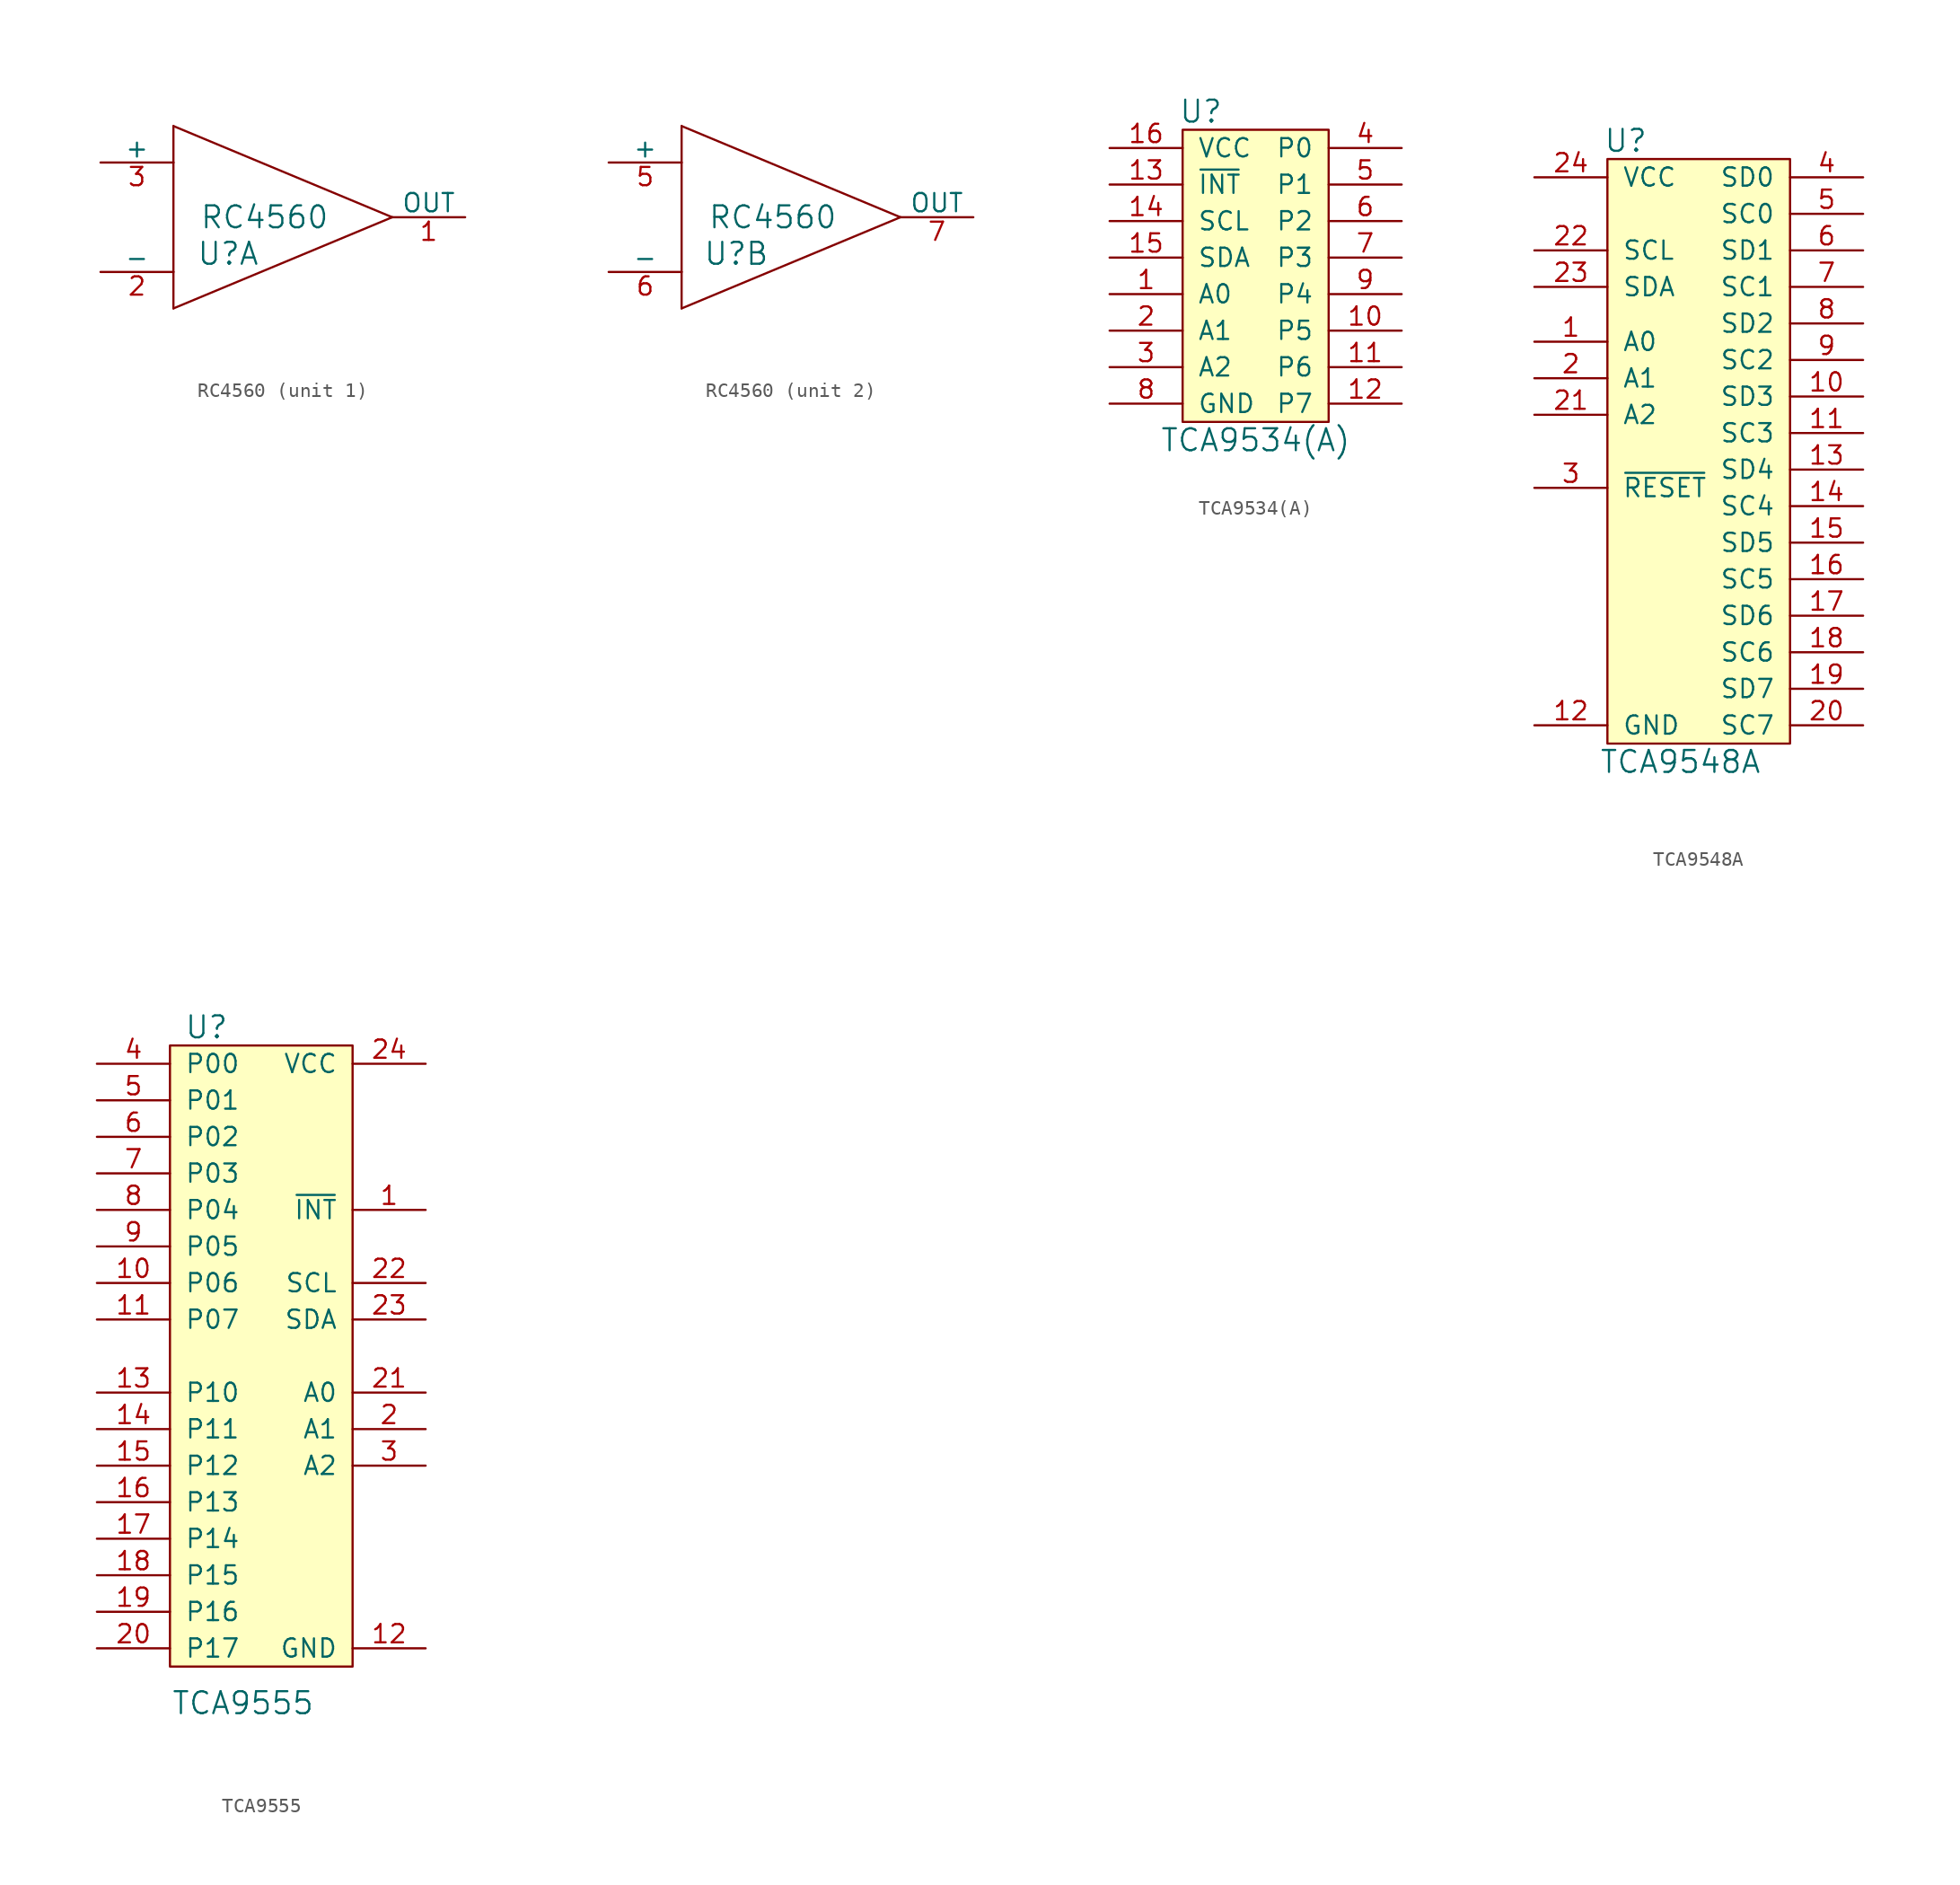
<source format=kicad_sym>
(kicad_symbol_lib
  (version 20241209)
  (generator "kicad_symbol_editor")
  (generator_version "9.0")
  (symbol "RC4560"
    (pin_names
      (offset 0))
    (property "Reference" "U"
      (at -1.27 -2.54 0)
      (effects (font (size 1.524 1.524))))
    (property "Value" "RC4560"
      (at 1.27 0 0)
      (effects (font (size 1.524 1.524))))
    (property "Footprint" ""
      (at 1.27 0 0)
      (effects (font (size 1.524 1.524))))
    (symbol "RC4560_0_1"
      (polyline (pts (xy -5.08 3.81) (xy -5.08 6.35)) (stroke (width 0) (type solid)) (fill (type none)))
      (polyline (pts (xy -5.08 -3.81) (xy -5.08 3.81)) (stroke (width 0) (type solid)) (fill (type none)))
      (polyline (pts (xy -5.08 -3.81) (xy -5.08 -6.35)) (stroke (width 0) (type solid)) (fill (type none)))
      (polyline (pts (xy -5.08 -6.35) (xy 10.16 0)) (stroke (width 0) (type solid)) (fill (type none)))
      (polyline (pts (xy 10.16 0) (xy -5.08 6.35)) (stroke (width 0) (type solid)) (fill (type none)))
      (pin power_in line (at 1.27 8.89 270) (length 5.08) (hide yes) (name "VCC" (effects (font (size 1.27 1.27)))) (number "8" (effects (font (size 1.27 1.27)))))
      (pin power_in line (at 1.27 -8.89 90) (length 5.08) (hide yes) (name "VEE" (effects (font (size 1.27 1.27)))) (number "4" (effects (font (size 1.27 1.27))))))
    (symbol "RC4560_1_1"
      (pin input line (at -10.16 3.81 0) (length 5.08) (name "+" (effects (font (size 1.27 1.27)))) (number "3" (effects (font (size 1.27 1.27)))))
      (pin input line (at -10.16 -3.81 0) (length 5.08) (name "-" (effects (font (size 1.27 1.27)))) (number "2" (effects (font (size 1.27 1.27)))))
      (pin input line (at 15.24 0 180) (length 5.08) (name "OUT" (effects (font (size 1.27 1.27)))) (number "1" (effects (font (size 1.27 1.27))))))
    (symbol "RC4560_2_1"
      (pin input line (at -10.16 3.81 0) (length 5.08) (name "+" (effects (font (size 1.27 1.27)))) (number "5" (effects (font (size 1.27 1.27)))))
      (pin input line (at -10.16 -3.81 0) (length 5.08) (name "-" (effects (font (size 1.27 1.27)))) (number "6" (effects (font (size 1.27 1.27)))))
      (pin input line (at 15.24 0 180) (length 5.08) (name "OUT" (effects (font (size 1.27 1.27)))) (number "7" (effects (font (size 1.27 1.27)))))))
  (symbol "TCA9534(A)"
    (pin_names
      (offset 1.016))
    (property "Reference" "U"
      (at -3.81 11.43 0)
      (effects (font (size 1.524 1.524))))
    (property "Value" "TCA9534(A)"
      (at 0 -11.43 0)
      (effects (font (size 1.524 1.524))))
    (symbol "TCA9534(A)_0_1"
      (rectangle (start 5.08 10.16) (end -5.08 -10.16) (stroke (width 0) (type solid)) (fill (type background))))
    (symbol "TCA9534(A)_1_1"
      (pin power_in line (at -10.16 8.89 0) (length 5.08) (name "VCC" (effects (font (size 1.27 1.27)))) (number "16" (effects (font (size 1.27 1.27)))))
      (pin input line (at -10.16 6.35 0) (length 5.08) (name "~{INT}" (effects (font (size 1.27 1.27)))) (number "13" (effects (font (size 1.27 1.27)))))
      (pin bidirectional line (at -10.16 3.81 0) (length 5.08) (name "SCL" (effects (font (size 1.27 1.27)))) (number "14" (effects (font (size 1.27 1.27)))))
      (pin bidirectional line (at -10.16 1.27 0) (length 5.08) (name "SDA" (effects (font (size 1.27 1.27)))) (number "15" (effects (font (size 1.27 1.27)))))
      (pin input line (at -10.16 -1.27 0) (length 5.08) (name "A0" (effects (font (size 1.27 1.27)))) (number "1" (effects (font (size 1.27 1.27)))))
      (pin input line (at -10.16 -3.81 0) (length 5.08) (name "A1" (effects (font (size 1.27 1.27)))) (number "2" (effects (font (size 1.27 1.27)))))
      (pin input line (at -10.16 -6.35 0) (length 5.08) (name "A2" (effects (font (size 1.27 1.27)))) (number "3" (effects (font (size 1.27 1.27)))))
      (pin power_in line (at -10.16 -8.89 0) (length 5.08) (name "GND" (effects (font (size 1.27 1.27)))) (number "8" (effects (font (size 1.27 1.27)))))
      (pin bidirectional line (at 10.16 8.89 180) (length 5.08) (name "P0" (effects (font (size 1.27 1.27)))) (number "4" (effects (font (size 1.27 1.27)))))
      (pin bidirectional line (at 10.16 6.35 180) (length 5.08) (name "P1" (effects (font (size 1.27 1.27)))) (number "5" (effects (font (size 1.27 1.27)))))
      (pin bidirectional line (at 10.16 3.81 180) (length 5.08) (name "P2" (effects (font (size 1.27 1.27)))) (number "6" (effects (font (size 1.27 1.27)))))
      (pin bidirectional line (at 10.16 1.27 180) (length 5.08) (name "P3" (effects (font (size 1.27 1.27)))) (number "7" (effects (font (size 1.27 1.27)))))
      (pin bidirectional line (at 10.16 -1.27 180) (length 5.08) (name "P4" (effects (font (size 1.27 1.27)))) (number "9" (effects (font (size 1.27 1.27)))))
      (pin bidirectional line (at 10.16 -3.81 180) (length 5.08) (name "P5" (effects (font (size 1.27 1.27)))) (number "10" (effects (font (size 1.27 1.27)))))
      (pin bidirectional line (at 10.16 -6.35 180) (length 5.08) (name "P6" (effects (font (size 1.27 1.27)))) (number "11" (effects (font (size 1.27 1.27)))))
      (pin bidirectional line (at 10.16 -8.89 180) (length 5.08) (name "P7" (effects (font (size 1.27 1.27)))) (number "12" (effects (font (size 1.27 1.27)))))))
  (symbol "TCA9548A"
    (pin_names
      (offset 1.016))
    (property "Reference" "U"
      (at -5.08 21.59 0)
      (effects (font (size 1.524 1.524))))
    (property "Value" "TCA9548A"
      (at -1.27 -21.59 0)
      (effects (font (size 1.524 1.524))))
    (symbol "TCA9548A_0_1"
      (rectangle (start -6.35 20.32) (end 6.35 -20.32) (stroke (width 0) (type solid)) (fill (type background))))
    (symbol "TCA9548A_1_1"
      (pin power_in line (at -11.43 19.05 0) (length 5.08) (name "VCC" (effects (font (size 1.27 1.27)))) (number "24" (effects (font (size 1.27 1.27)))))
      (pin bidirectional line (at -11.43 13.97 0) (length 5.08) (name "SCL" (effects (font (size 1.27 1.27)))) (number "22" (effects (font (size 1.27 1.27)))))
      (pin bidirectional line (at -11.43 11.43 0) (length 5.08) (name "SDA" (effects (font (size 1.27 1.27)))) (number "23" (effects (font (size 1.27 1.27)))))
      (pin input line (at -11.43 7.62 0) (length 5.08) (name "A0" (effects (font (size 1.27 1.27)))) (number "1" (effects (font (size 1.27 1.27)))))
      (pin input line (at -11.43 5.08 0) (length 5.08) (name "A1" (effects (font (size 1.27 1.27)))) (number "2" (effects (font (size 1.27 1.27)))))
      (pin input line (at -11.43 2.54 0) (length 5.08) (name "A2" (effects (font (size 1.27 1.27)))) (number "21" (effects (font (size 1.27 1.27)))))
      (pin input line (at -11.43 -2.54 0) (length 5.08) (name "~{RESET}" (effects (font (size 1.27 1.27)))) (number "3" (effects (font (size 1.27 1.27)))))
      (pin power_in line (at -11.43 -19.05 0) (length 5.08) (name "GND" (effects (font (size 1.27 1.27)))) (number "12" (effects (font (size 1.27 1.27)))))
      (pin bidirectional line (at 11.43 19.05 180) (length 5.08) (name "SD0" (effects (font (size 1.27 1.27)))) (number "4" (effects (font (size 1.27 1.27)))))
      (pin bidirectional line (at 11.43 16.51 180) (length 5.08) (name "SC0" (effects (font (size 1.27 1.27)))) (number "5" (effects (font (size 1.27 1.27)))))
      (pin bidirectional line (at 11.43 13.97 180) (length 5.08) (name "SD1" (effects (font (size 1.27 1.27)))) (number "6" (effects (font (size 1.27 1.27)))))
      (pin bidirectional line (at 11.43 11.43 180) (length 5.08) (name "SC1" (effects (font (size 1.27 1.27)))) (number "7" (effects (font (size 1.27 1.27)))))
      (pin bidirectional line (at 11.43 8.89 180) (length 5.08) (name "SD2" (effects (font (size 1.27 1.27)))) (number "8" (effects (font (size 1.27 1.27)))))
      (pin bidirectional line (at 11.43 6.35 180) (length 5.08) (name "SC2" (effects (font (size 1.27 1.27)))) (number "9" (effects (font (size 1.27 1.27)))))
      (pin bidirectional line (at 11.43 3.81 180) (length 5.08) (name "SD3" (effects (font (size 1.27 1.27)))) (number "10" (effects (font (size 1.27 1.27)))))
      (pin bidirectional line (at 11.43 1.27 180) (length 5.08) (name "SC3" (effects (font (size 1.27 1.27)))) (number "11" (effects (font (size 1.27 1.27)))))
      (pin bidirectional line (at 11.43 -1.27 180) (length 5.08) (name "SD4" (effects (font (size 1.27 1.27)))) (number "13" (effects (font (size 1.27 1.27)))))
      (pin bidirectional line (at 11.43 -3.81 180) (length 5.08) (name "SC4" (effects (font (size 1.27 1.27)))) (number "14" (effects (font (size 1.27 1.27)))))
      (pin bidirectional line (at 11.43 -6.35 180) (length 5.08) (name "SD5" (effects (font (size 1.27 1.27)))) (number "15" (effects (font (size 1.27 1.27)))))
      (pin bidirectional line (at 11.43 -8.89 180) (length 5.08) (name "SC5" (effects (font (size 1.27 1.27)))) (number "16" (effects (font (size 1.27 1.27)))))
      (pin bidirectional line (at 11.43 -11.43 180) (length 5.08) (name "SD6" (effects (font (size 1.27 1.27)))) (number "17" (effects (font (size 1.27 1.27)))))
      (pin bidirectional line (at 11.43 -13.97 180) (length 5.08) (name "SC6" (effects (font (size 1.27 1.27)))) (number "18" (effects (font (size 1.27 1.27)))))
      (pin bidirectional line (at 11.43 -16.51 180) (length 5.08) (name "SD7" (effects (font (size 1.27 1.27)))) (number "19" (effects (font (size 1.27 1.27)))))
      (pin bidirectional line (at 11.43 -19.05 180) (length 5.08) (name "SC7" (effects (font (size 1.27 1.27)))) (number "20" (effects (font (size 1.27 1.27)))))))
  (symbol "TCA9555"
    (pin_names
      (offset 1.016))
    (property "Reference" "U"
      (at -3.81 22.86 0)
      (effects (font (size 1.524 1.524))))
    (property "Value" "TCA9555"
      (at -1.27 -24.13 0)
      (effects (font (size 1.524 1.524))))
    (symbol "TCA9555_0_1"
      (rectangle (start -6.35 21.59) (end 6.35 -21.59) (stroke (width 0) (type solid)) (fill (type background))))
    (symbol "TCA9555_1_1"
      (pin bidirectional line (at -11.43 20.32 0) (length 5.08) (name "P00" (effects (font (size 1.27 1.27)))) (number "4" (effects (font (size 1.27 1.27)))))
      (pin bidirectional line (at -11.43 17.78 0) (length 5.08) (name "P01" (effects (font (size 1.27 1.27)))) (number "5" (effects (font (size 1.27 1.27)))))
      (pin bidirectional line (at -11.43 15.24 0) (length 5.08) (name "P02" (effects (font (size 1.27 1.27)))) (number "6" (effects (font (size 1.27 1.27)))))
      (pin bidirectional line (at -11.43 12.7 0) (length 5.08) (name "P03" (effects (font (size 1.27 1.27)))) (number "7" (effects (font (size 1.27 1.27)))))
      (pin bidirectional line (at -11.43 10.16 0) (length 5.08) (name "P04" (effects (font (size 1.27 1.27)))) (number "8" (effects (font (size 1.27 1.27)))))
      (pin bidirectional line (at -11.43 7.62 0) (length 5.08) (name "P05" (effects (font (size 1.27 1.27)))) (number "9" (effects (font (size 1.27 1.27)))))
      (pin bidirectional line (at -11.43 5.08 0) (length 5.08) (name "P06" (effects (font (size 1.27 1.27)))) (number "10" (effects (font (size 1.27 1.27)))))
      (pin bidirectional line (at -11.43 2.54 0) (length 5.08) (name "P07" (effects (font (size 1.27 1.27)))) (number "11" (effects (font (size 1.27 1.27)))))
      (pin bidirectional line (at -11.43 -2.54 0) (length 5.08) (name "P10" (effects (font (size 1.27 1.27)))) (number "13" (effects (font (size 1.27 1.27)))))
      (pin bidirectional line (at -11.43 -5.08 0) (length 5.08) (name "P11" (effects (font (size 1.27 1.27)))) (number "14" (effects (font (size 1.27 1.27)))))
      (pin bidirectional line (at -11.43 -7.62 0) (length 5.08) (name "P12" (effects (font (size 1.27 1.27)))) (number "15" (effects (font (size 1.27 1.27)))))
      (pin bidirectional line (at -11.43 -10.16 0) (length 5.08) (name "P13" (effects (font (size 1.27 1.27)))) (number "16" (effects (font (size 1.27 1.27)))))
      (pin bidirectional line (at -11.43 -12.7 0) (length 5.08) (name "P14" (effects (font (size 1.27 1.27)))) (number "17" (effects (font (size 1.27 1.27)))))
      (pin bidirectional line (at -11.43 -15.24 0) (length 5.08) (name "P15" (effects (font (size 1.27 1.27)))) (number "18" (effects (font (size 1.27 1.27)))))
      (pin bidirectional line (at -11.43 -17.78 0) (length 5.08) (name "P16" (effects (font (size 1.27 1.27)))) (number "19" (effects (font (size 1.27 1.27)))))
      (pin bidirectional line (at -11.43 -20.32 0) (length 5.08) (name "P17" (effects (font (size 1.27 1.27)))) (number "20" (effects (font (size 1.27 1.27)))))
      (pin power_in line (at 11.43 20.32 180) (length 5.08) (name "VCC" (effects (font (size 1.27 1.27)))) (number "24" (effects (font (size 1.27 1.27)))))
      (pin input line (at 11.43 10.16 180) (length 5.08) (name "~{INT}" (effects (font (size 1.27 1.27)))) (number "1" (effects (font (size 1.27 1.27)))))
      (pin input line (at 11.43 5.08 180) (length 5.08) (name "SCL" (effects (font (size 1.27 1.27)))) (number "22" (effects (font (size 1.27 1.27)))))
      (pin bidirectional line (at 11.43 2.54 180) (length 5.08) (name "SDA" (effects (font (size 1.27 1.27)))) (number "23" (effects (font (size 1.27 1.27)))))
      (pin input line (at 11.43 -2.54 180) (length 5.08) (name "A0" (effects (font (size 1.27 1.27)))) (number "21" (effects (font (size 1.27 1.27)))))
      (pin input line (at 11.43 -5.08 180) (length 5.08) (name "A1" (effects (font (size 1.27 1.27)))) (number "2" (effects (font (size 1.27 1.27)))))
      (pin input line (at 11.43 -7.62 180) (length 5.08) (name "A2" (effects (font (size 1.27 1.27)))) (number "3" (effects (font (size 1.27 1.27)))))
      (pin power_in line (at 11.43 -20.32 180) (length 5.08) (name "GND" (effects (font (size 1.27 1.27)))) (number "12" (effects (font (size 1.27 1.27))))))))
</source>
